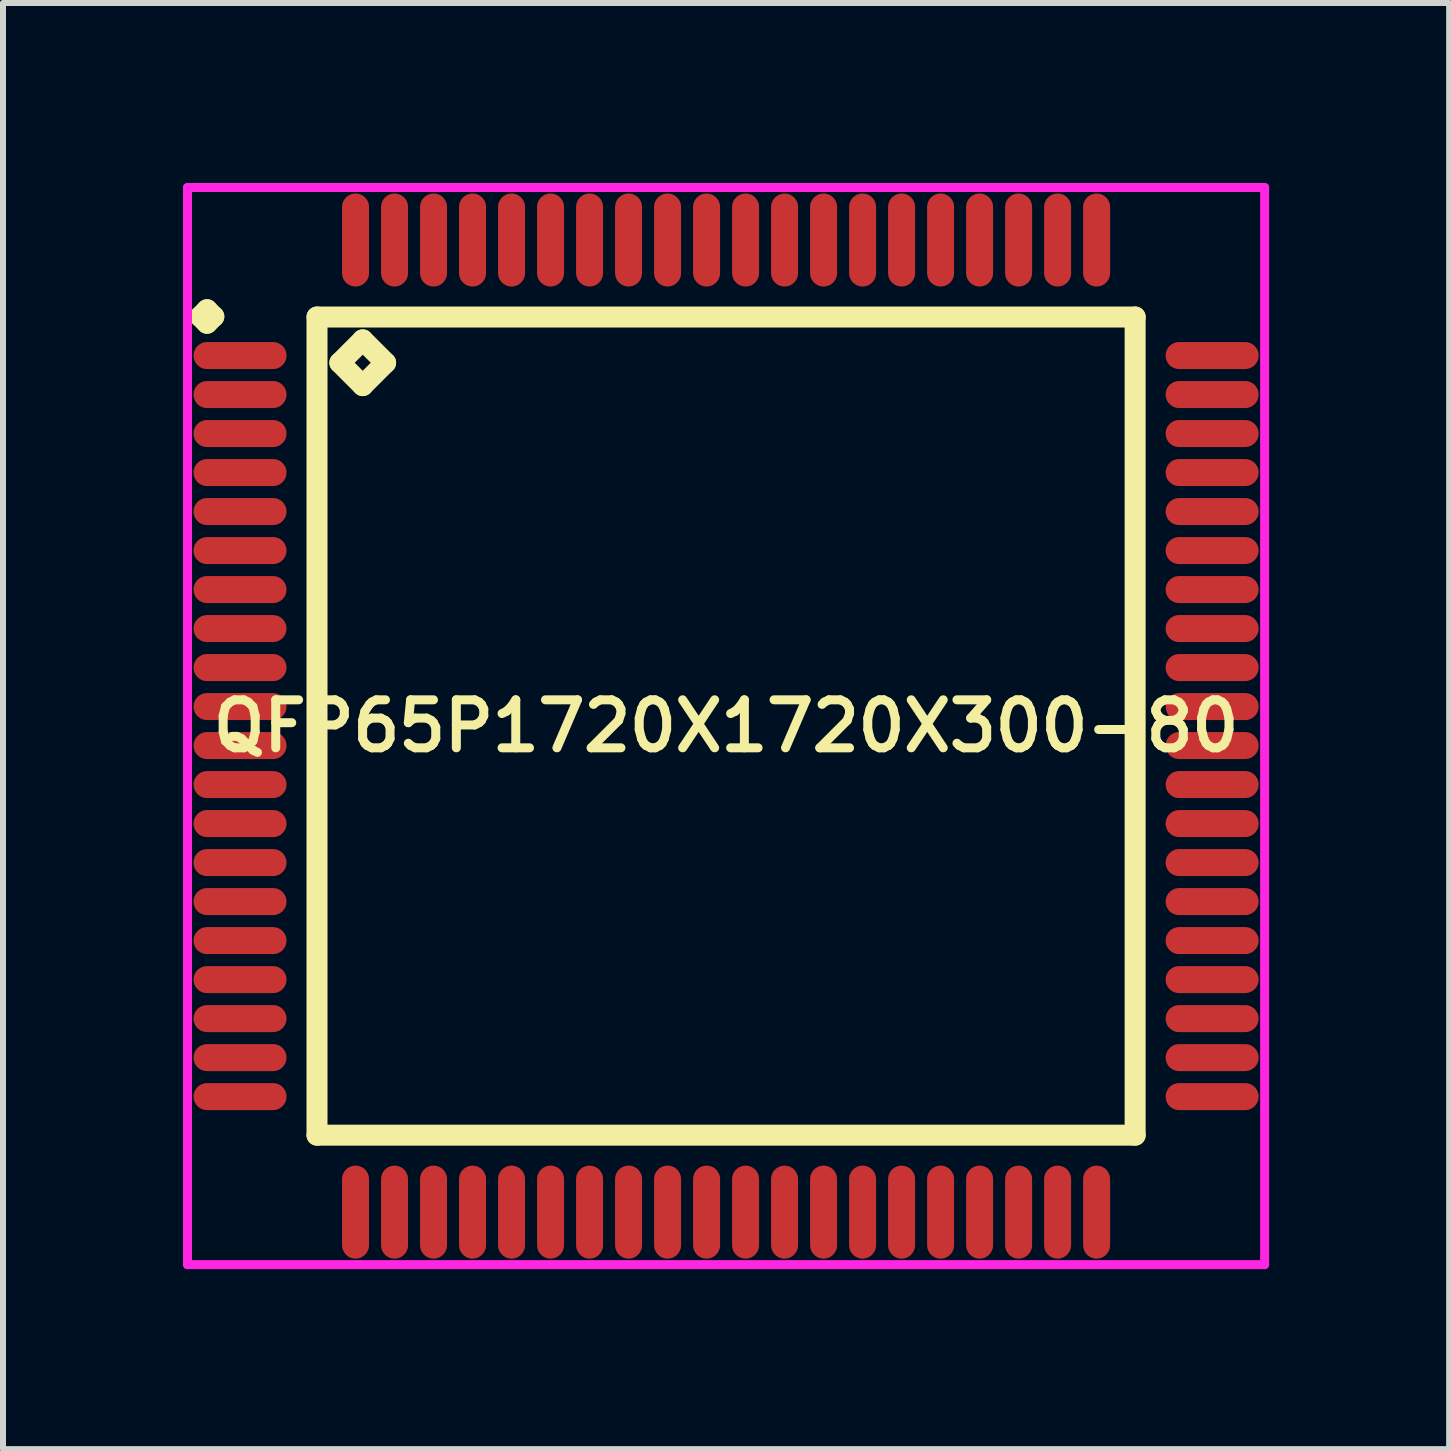
<source format=kicad_pcb>
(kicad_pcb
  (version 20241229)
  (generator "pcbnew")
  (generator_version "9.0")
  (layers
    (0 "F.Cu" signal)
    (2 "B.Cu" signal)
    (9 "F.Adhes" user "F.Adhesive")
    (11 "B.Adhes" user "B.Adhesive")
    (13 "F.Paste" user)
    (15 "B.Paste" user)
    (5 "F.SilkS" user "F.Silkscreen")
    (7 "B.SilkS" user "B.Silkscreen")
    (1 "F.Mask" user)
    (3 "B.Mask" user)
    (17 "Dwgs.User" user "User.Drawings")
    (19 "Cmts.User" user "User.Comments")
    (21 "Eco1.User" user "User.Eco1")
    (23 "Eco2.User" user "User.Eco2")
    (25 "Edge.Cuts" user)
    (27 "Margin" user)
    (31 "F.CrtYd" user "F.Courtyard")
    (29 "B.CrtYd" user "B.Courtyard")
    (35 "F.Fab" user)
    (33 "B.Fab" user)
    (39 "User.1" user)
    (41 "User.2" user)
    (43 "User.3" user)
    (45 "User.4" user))
  (footprint "QFP65P1720X1720X300-80"
    (layer "F.Cu")
    (at 9.05 9.05)
    (property "Reference" "QFP65P1720X1720X300-80" (at 0 0 0) (layer "F.SilkS") (effects (font (size 0.8 0.8) (thickness 0.15))))
    (attr smd)
    (fp_line (start -8.762 -6.825) (end -8.65 -6.938) (stroke (width 0.35) (type solid)) (layer "F.SilkS"))
    (fp_line (start -8.65 -6.938) (end -8.537 -6.825) (stroke (width 0.35) (type solid)) (layer "F.SilkS"))
    (fp_line (start -8.65 -6.713) (end -8.762 -6.825) (stroke (width 0.35) (type solid)) (layer "F.SilkS"))
    (fp_line (start -8.537 -6.825) (end -8.65 -6.713) (stroke (width 0.35) (type solid)) (layer "F.SilkS"))
    (fp_line (start -6.817 -6.817) (end -6.817 6.817) (stroke (width 0.35) (type solid)) (layer "F.SilkS"))
    (fp_line (start -6.817 6.817) (end 6.817 6.817) (stroke (width 0.35) (type solid)) (layer "F.SilkS"))
    (fp_line (start -6.436 -6.055) (end -6.055 -6.436) (stroke (width 0.35) (type solid)) (layer "F.SilkS"))
    (fp_line (start -6.055 -6.436) (end -5.674 -6.055) (stroke (width 0.35) (type solid)) (layer "F.SilkS"))
    (fp_line (start -6.055 -5.674) (end -6.436 -6.055) (stroke (width 0.35) (type solid)) (layer "F.SilkS"))
    (fp_line (start -5.674 -6.055) (end -6.055 -5.674) (stroke (width 0.35) (type solid)) (layer "F.SilkS"))
    (fp_line (start 6.817 -6.817) (end -6.817 -6.817) (stroke (width 0.35) (type solid)) (layer "F.SilkS"))
    (fp_line (start 6.817 6.817) (end 6.817 -6.817) (stroke (width 0.35) (type solid)) (layer "F.SilkS"))
    (fp_line (start -8.975 -8.975) (end 8.975 -8.975) (stroke (width 0.15) (type solid)) (layer "F.CrtYd"))
    (fp_line (start -8.975 8.975) (end -8.975 -8.975) (stroke (width 0.15) (type solid)) (layer "F.CrtYd"))
    (fp_line (start 8.975 -8.975) (end 8.975 8.975) (stroke (width 0.15) (type solid)) (layer "F.CrtYd"))
    (fp_line (start 8.975 8.975) (end -8.975 8.975) (stroke (width 0.15) (type solid)) (layer "F.CrtYd"))
    (pad "1" smd oval (at -8.1 -6.175) (size 1.55 0.45) (layers "F.Cu" "F.Mask" "F.Paste"))
    (pad "2" smd oval (at -8.1 -5.525) (size 1.55 0.45) (layers "F.Cu" "F.Mask" "F.Paste"))
    (pad "3" smd oval (at -8.1 -4.875) (size 1.55 0.45) (layers "F.Cu" "F.Mask" "F.Paste"))
    (pad "4" smd oval (at -8.1 -4.225) (size 1.55 0.45) (layers "F.Cu" "F.Mask" "F.Paste"))
    (pad "5" smd oval (at -8.1 -3.575) (size 1.55 0.45) (layers "F.Cu" "F.Mask" "F.Paste"))
    (pad "6" smd oval (at -8.1 -2.925) (size 1.55 0.45) (layers "F.Cu" "F.Mask" "F.Paste"))
    (pad "7" smd oval (at -8.1 -2.275) (size 1.55 0.45) (layers "F.Cu" "F.Mask" "F.Paste"))
    (pad "8" smd oval (at -8.1 -1.625) (size 1.55 0.45) (layers "F.Cu" "F.Mask" "F.Paste"))
    (pad "9" smd oval (at -8.1 -0.975) (size 1.55 0.45) (layers "F.Cu" "F.Mask" "F.Paste"))
    (pad "10" smd oval (at -8.1 -0.325) (size 1.55 0.45) (layers "F.Cu" "F.Mask" "F.Paste"))
    (pad "11" smd oval (at -8.1 0.325) (size 1.55 0.45) (layers "F.Cu" "F.Mask" "F.Paste"))
    (pad "12" smd oval (at -8.1 0.975) (size 1.55 0.45) (layers "F.Cu" "F.Mask" "F.Paste"))
    (pad "13" smd oval (at -8.1 1.625) (size 1.55 0.45) (layers "F.Cu" "F.Mask" "F.Paste"))
    (pad "14" smd oval (at -8.1 2.275) (size 1.55 0.45) (layers "F.Cu" "F.Mask" "F.Paste"))
    (pad "15" smd oval (at -8.1 2.925) (size 1.55 0.45) (layers "F.Cu" "F.Mask" "F.Paste"))
    (pad "16" smd oval (at -8.1 3.575) (size 1.55 0.45) (layers "F.Cu" "F.Mask" "F.Paste"))
    (pad "17" smd oval (at -8.1 4.225) (size 1.55 0.45) (layers "F.Cu" "F.Mask" "F.Paste"))
    (pad "18" smd oval (at -8.1 4.875) (size 1.55 0.45) (layers "F.Cu" "F.Mask" "F.Paste"))
    (pad "19" smd oval (at -8.1 5.525) (size 1.55 0.45) (layers "F.Cu" "F.Mask" "F.Paste"))
    (pad "20" smd oval (at -8.1 6.175) (size 1.55 0.45) (layers "F.Cu" "F.Mask" "F.Paste"))
    (pad "21" smd oval (at -6.175 8.1) (size 0.45 1.55) (layers "F.Cu" "F.Mask" "F.Paste"))
    (pad "22" smd oval (at -5.525 8.1) (size 0.45 1.55) (layers "F.Cu" "F.Mask" "F.Paste"))
    (pad "23" smd oval (at -4.875 8.1) (size 0.45 1.55) (layers "F.Cu" "F.Mask" "F.Paste"))
    (pad "24" smd oval (at -4.225 8.1) (size 0.45 1.55) (layers "F.Cu" "F.Mask" "F.Paste"))
    (pad "25" smd oval (at -3.575 8.1) (size 0.45 1.55) (layers "F.Cu" "F.Mask" "F.Paste"))
    (pad "26" smd oval (at -2.925 8.1) (size 0.45 1.55) (layers "F.Cu" "F.Mask" "F.Paste"))
    (pad "27" smd oval (at -2.275 8.1) (size 0.45 1.55) (layers "F.Cu" "F.Mask" "F.Paste"))
    (pad "28" smd oval (at -1.625 8.1) (size 0.45 1.55) (layers "F.Cu" "F.Mask" "F.Paste"))
    (pad "29" smd oval (at -0.975 8.1) (size 0.45 1.55) (layers "F.Cu" "F.Mask" "F.Paste"))
    (pad "30" smd oval (at -0.325 8.1) (size 0.45 1.55) (layers "F.Cu" "F.Mask" "F.Paste"))
    (pad "31" smd oval (at 0.325 8.1) (size 0.45 1.55) (layers "F.Cu" "F.Mask" "F.Paste"))
    (pad "32" smd oval (at 0.975 8.1) (size 0.45 1.55) (layers "F.Cu" "F.Mask" "F.Paste"))
    (pad "33" smd oval (at 1.625 8.1) (size 0.45 1.55) (layers "F.Cu" "F.Mask" "F.Paste"))
    (pad "34" smd oval (at 2.275 8.1) (size 0.45 1.55) (layers "F.Cu" "F.Mask" "F.Paste"))
    (pad "35" smd oval (at 2.925 8.1) (size 0.45 1.55) (layers "F.Cu" "F.Mask" "F.Paste"))
    (pad "36" smd oval (at 3.575 8.1) (size 0.45 1.55) (layers "F.Cu" "F.Mask" "F.Paste"))
    (pad "37" smd oval (at 4.225 8.1) (size 0.45 1.55) (layers "F.Cu" "F.Mask" "F.Paste"))
    (pad "38" smd oval (at 4.875 8.1) (size 0.45 1.55) (layers "F.Cu" "F.Mask" "F.Paste"))
    (pad "39" smd oval (at 5.525 8.1) (size 0.45 1.55) (layers "F.Cu" "F.Mask" "F.Paste"))
    (pad "40" smd oval (at 6.175 8.1) (size 0.45 1.55) (layers "F.Cu" "F.Mask" "F.Paste"))
    (pad "41" smd oval (at 8.1 6.175) (size 1.55 0.45) (layers "F.Cu" "F.Mask" "F.Paste"))
    (pad "42" smd oval (at 8.1 5.525) (size 1.55 0.45) (layers "F.Cu" "F.Mask" "F.Paste"))
    (pad "43" smd oval (at 8.1 4.875) (size 1.55 0.45) (layers "F.Cu" "F.Mask" "F.Paste"))
    (pad "44" smd oval (at 8.1 4.225) (size 1.55 0.45) (layers "F.Cu" "F.Mask" "F.Paste"))
    (pad "45" smd oval (at 8.1 3.575) (size 1.55 0.45) (layers "F.Cu" "F.Mask" "F.Paste"))
    (pad "46" smd oval (at 8.1 2.925) (size 1.55 0.45) (layers "F.Cu" "F.Mask" "F.Paste"))
    (pad "47" smd oval (at 8.1 2.275) (size 1.55 0.45) (layers "F.Cu" "F.Mask" "F.Paste"))
    (pad "48" smd oval (at 8.1 1.625) (size 1.55 0.45) (layers "F.Cu" "F.Mask" "F.Paste"))
    (pad "49" smd oval (at 8.1 0.975) (size 1.55 0.45) (layers "F.Cu" "F.Mask" "F.Paste"))
    (pad "50" smd oval (at 8.1 0.325) (size 1.55 0.45) (layers "F.Cu" "F.Mask" "F.Paste"))
    (pad "51" smd oval (at 8.1 -0.325) (size 1.55 0.45) (layers "F.Cu" "F.Mask" "F.Paste"))
    (pad "52" smd oval (at 8.1 -0.975) (size 1.55 0.45) (layers "F.Cu" "F.Mask" "F.Paste"))
    (pad "53" smd oval (at 8.1 -1.625) (size 1.55 0.45) (layers "F.Cu" "F.Mask" "F.Paste"))
    (pad "54" smd oval (at 8.1 -2.275) (size 1.55 0.45) (layers "F.Cu" "F.Mask" "F.Paste"))
    (pad "55" smd oval (at 8.1 -2.925) (size 1.55 0.45) (layers "F.Cu" "F.Mask" "F.Paste"))
    (pad "56" smd oval (at 8.1 -3.575) (size 1.55 0.45) (layers "F.Cu" "F.Mask" "F.Paste"))
    (pad "57" smd oval (at 8.1 -4.225) (size 1.55 0.45) (layers "F.Cu" "F.Mask" "F.Paste"))
    (pad "58" smd oval (at 8.1 -4.875) (size 1.55 0.45) (layers "F.Cu" "F.Mask" "F.Paste"))
    (pad "59" smd oval (at 8.1 -5.525) (size 1.55 0.45) (layers "F.Cu" "F.Mask" "F.Paste"))
    (pad "60" smd oval (at 8.1 -6.175) (size 1.55 0.45) (layers "F.Cu" "F.Mask" "F.Paste"))
    (pad "61" smd oval (at 6.175 -8.1) (size 0.45 1.55) (layers "F.Cu" "F.Mask" "F.Paste"))
    (pad "62" smd oval (at 5.525 -8.1) (size 0.45 1.55) (layers "F.Cu" "F.Mask" "F.Paste"))
    (pad "63" smd oval (at 4.875 -8.1) (size 0.45 1.55) (layers "F.Cu" "F.Mask" "F.Paste"))
    (pad "64" smd oval (at 4.225 -8.1) (size 0.45 1.55) (layers "F.Cu" "F.Mask" "F.Paste"))
    (pad "65" smd oval (at 3.575 -8.1) (size 0.45 1.55) (layers "F.Cu" "F.Mask" "F.Paste"))
    (pad "66" smd oval (at 2.925 -8.1) (size 0.45 1.55) (layers "F.Cu" "F.Mask" "F.Paste"))
    (pad "67" smd oval (at 2.275 -8.1) (size 0.45 1.55) (layers "F.Cu" "F.Mask" "F.Paste"))
    (pad "68" smd oval (at 1.625 -8.1) (size 0.45 1.55) (layers "F.Cu" "F.Mask" "F.Paste"))
    (pad "69" smd oval (at 0.975 -8.1) (size 0.45 1.55) (layers "F.Cu" "F.Mask" "F.Paste"))
    (pad "70" smd oval (at 0.325 -8.1) (size 0.45 1.55) (layers "F.Cu" "F.Mask" "F.Paste"))
    (pad "71" smd oval (at -0.325 -8.1) (size 0.45 1.55) (layers "F.Cu" "F.Mask" "F.Paste"))
    (pad "72" smd oval (at -0.975 -8.1) (size 0.45 1.55) (layers "F.Cu" "F.Mask" "F.Paste"))
    (pad "73" smd oval (at -1.625 -8.1) (size 0.45 1.55) (layers "F.Cu" "F.Mask" "F.Paste"))
    (pad "74" smd oval (at -2.275 -8.1) (size 0.45 1.55) (layers "F.Cu" "F.Mask" "F.Paste"))
    (pad "75" smd oval (at -2.925 -8.1) (size 0.45 1.55) (layers "F.Cu" "F.Mask" "F.Paste"))
    (pad "76" smd oval (at -3.575 -8.1) (size 0.45 1.55) (layers "F.Cu" "F.Mask" "F.Paste"))
    (pad "77" smd oval (at -4.225 -8.1) (size 0.45 1.55) (layers "F.Cu" "F.Mask" "F.Paste"))
    (pad "78" smd oval (at -4.875 -8.1) (size 0.45 1.55) (layers "F.Cu" "F.Mask" "F.Paste"))
    (pad "79" smd oval (at -5.525 -8.1) (size 0.45 1.55) (layers "F.Cu" "F.Mask" "F.Paste"))
    (pad "80" smd oval (at -6.175 -8.1) (size 0.45 1.55) (layers "F.Cu" "F.Mask" "F.Paste")))
  (gr_rect
    (start -3 -3)
    (end 21.1 21.1)
    (stroke (width 0.1) (type default))
    (fill no)
    (layer "Edge.Cuts")))
</source>
